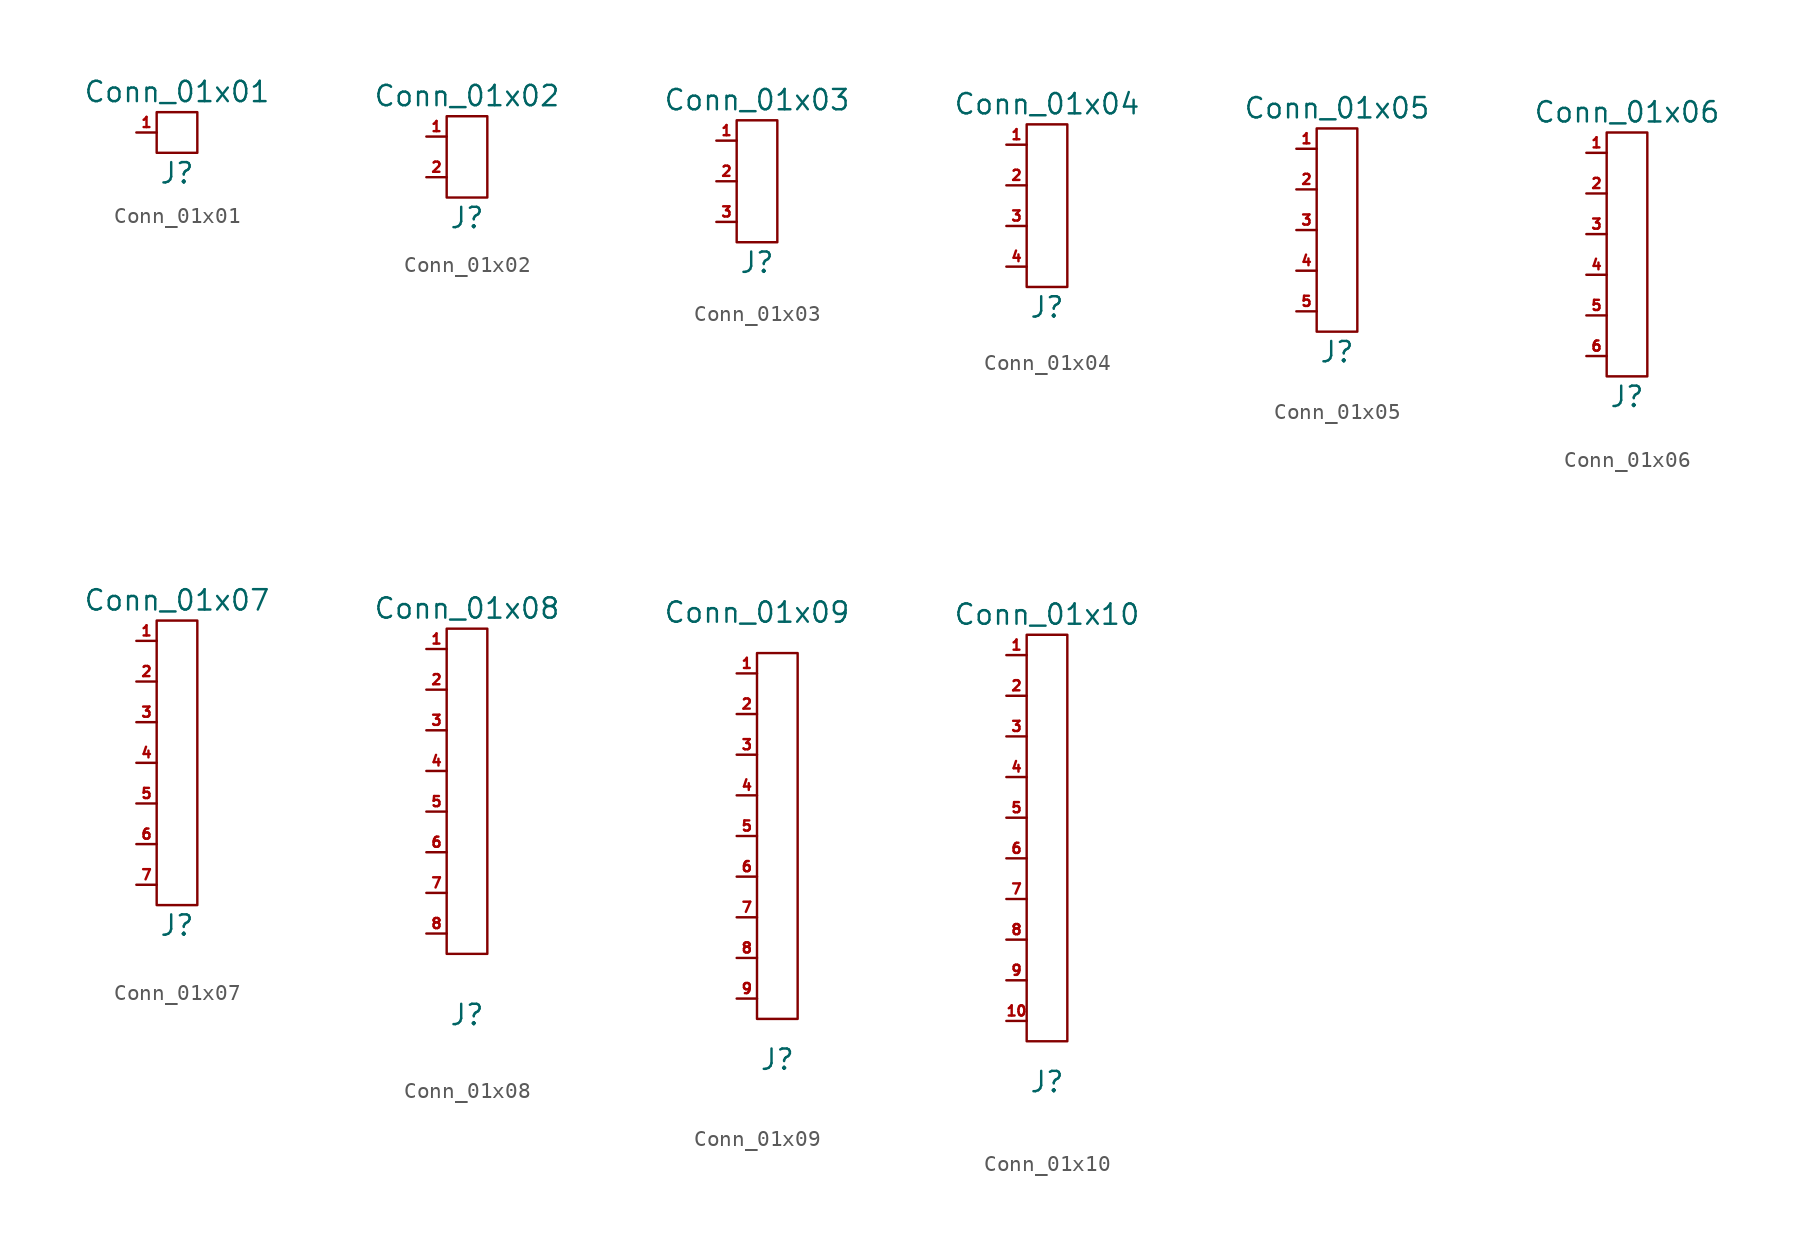
<source format=kicad_sym>
(kicad_symbol_lib
  (version 20220914)
  (generator kicad_symbol_editor)
  (symbol "Conn_01x01"
    (property "Reference" "J"
      (at 0 -2.54 0)
      (effects (font (size 1.27 1.27))))
    (property "Value" "Conn_01x01"
      (at 0 2.54 0)
      (effects (font (size 1.27 1.27))))
    (symbol "Conn_01x01_0_0"
      (pin passive line (at -2.54 0 0) (length 1.27) (name "" (effects (font (size 0.635 0.635)))) (number "1" (effects (font (size 0.635 0.635))))))
    (symbol "Conn_01x01_0_1"
      (rectangle (start -1.27 1.27) (end 1.27 -1.27) (stroke (width 0.152) (type default)) (fill (type none)))))
  (symbol "Conn_01x02"
    (property "Reference" "J"
      (at 0 -5.08 0)
      (effects (font (size 1.27 1.27))))
    (property "Value" "Conn_01x02"
      (at 0 2.54 0)
      (effects (font (size 1.27 1.27))))
    (symbol "Conn_01x02_0_0"
      (pin passive line (at -2.54 0 0) (length 1.27) (name "" (effects (font (size 0.635 0.635)))) (number "1" (effects (font (size 0.635 0.635)))))
      (pin passive line (at -2.54 -2.54 0) (length 1.27) (name "" (effects (font (size 0.635 0.635)))) (number "2" (effects (font (size 0.635 0.635))))))
    (symbol "Conn_01x02_0_1"
      (rectangle (start -1.27 1.27) (end 1.27 -3.81) (stroke (width 0.152) (type default)) (fill (type none)))))
  (symbol "Conn_01x03"
    (property "Reference" "J"
      (at 0 -5.08 0)
      (effects (font (size 1.27 1.27))))
    (property "Value" "Conn_01x03"
      (at 0 5.08 0)
      (effects (font (size 1.27 1.27))))
    (symbol "Conn_01x03_0_0"
      (pin passive line (at -2.54 2.54 0) (length 1.27) (name "" (effects (font (size 0.635 0.635)))) (number "1" (effects (font (size 0.635 0.635)))))
      (pin passive line (at -2.54 0 0) (length 1.27) (name "" (effects (font (size 0.635 0.635)))) (number "2" (effects (font (size 0.635 0.635)))))
      (pin passive line (at -2.54 -2.54 0) (length 1.27) (name "" (effects (font (size 0.635 0.635)))) (number "3" (effects (font (size 0.635 0.635))))))
    (symbol "Conn_01x03_0_1"
      (rectangle (start -1.27 3.81) (end 1.27 -3.81) (stroke (width 0.152) (type default)) (fill (type none)))))
  (symbol "Conn_01x04"
    (property "Reference" "J"
      (at 0 -7.62 0)
      (effects (font (size 1.27 1.27))))
    (property "Value" "Conn_01x04"
      (at 0 5.08 0)
      (effects (font (size 1.27 1.27))))
    (symbol "Conn_01x04_0_0"
      (pin passive line (at -2.54 2.54 0) (length 1.27) (name "" (effects (font (size 0.635 0.635)))) (number "1" (effects (font (size 0.635 0.635)))))
      (pin passive line (at -2.54 0 0) (length 1.27) (name "" (effects (font (size 0.635 0.635)))) (number "2" (effects (font (size 0.635 0.635)))))
      (pin passive line (at -2.54 -2.54 0) (length 1.27) (name "" (effects (font (size 0.635 0.635)))) (number "3" (effects (font (size 0.635 0.635)))))
      (pin passive line (at -2.54 -5.08 0) (length 1.27) (name "" (effects (font (size 0.635 0.635)))) (number "4" (effects (font (size 0.635 0.635))))))
    (symbol "Conn_01x04_0_1"
      (rectangle (start -1.27 3.81) (end 1.27 -6.35) (stroke (width 0.152) (type default)) (fill (type none)))))
  (symbol "Conn_01x05"
    (property "Reference" "J"
      (at 0 -7.62 0)
      (effects (font (size 1.27 1.27))))
    (property "Value" "Conn_01x05"
      (at 0 7.62 0)
      (effects (font (size 1.27 1.27))))
    (symbol "Conn_01x05_0_0"
      (pin passive line (at -2.54 5.08 0) (length 1.27) (name "" (effects (font (size 0.635 0.635)))) (number "1" (effects (font (size 0.635 0.635)))))
      (pin passive line (at -2.54 2.54 0) (length 1.27) (name "" (effects (font (size 0.635 0.635)))) (number "2" (effects (font (size 0.635 0.635)))))
      (pin passive line (at -2.54 0 0) (length 1.27) (name "" (effects (font (size 0.635 0.635)))) (number "3" (effects (font (size 0.635 0.635)))))
      (pin passive line (at -2.54 -2.54 0) (length 1.27) (name "" (effects (font (size 0.635 0.635)))) (number "4" (effects (font (size 0.635 0.635)))))
      (pin passive line (at -2.54 -5.08 0) (length 1.27) (name "" (effects (font (size 0.635 0.635)))) (number "5" (effects (font (size 0.635 0.635))))))
    (symbol "Conn_01x05_0_1"
      (rectangle (start -1.27 6.35) (end 1.27 -6.35) (stroke (width 0.152) (type default)) (fill (type none)))))
  (symbol "Conn_01x06"
    (property "Reference" "J"
      (at 0 -16.51 0)
      (effects (font (size 1.27 1.27))))
    (property "Value" "Conn_01x06"
      (at 0 1.27 0)
      (effects (font (size 1.27 1.27))))
    (symbol "Conn_01x06_0_0"
      (pin passive line (at -2.54 -1.27 0) (length 1.27) (name "" (effects (font (size 0.635 0.635)))) (number "1" (effects (font (size 0.635 0.635)))))
      (pin passive line (at -2.54 -3.81 0) (length 1.27) (name "" (effects (font (size 0.635 0.635)))) (number "2" (effects (font (size 0.635 0.635)))))
      (pin passive line (at -2.54 -6.35 0) (length 1.27) (name "" (effects (font (size 0.635 0.635)))) (number "3" (effects (font (size 0.635 0.635)))))
      (pin passive line (at -2.54 -8.89 0) (length 1.27) (name "" (effects (font (size 0.635 0.635)))) (number "4" (effects (font (size 0.635 0.635)))))
      (pin passive line (at -2.54 -11.43 0) (length 1.27) (name "" (effects (font (size 0.635 0.635)))) (number "5" (effects (font (size 0.635 0.635)))))
      (pin passive line (at -2.54 -13.97 0) (length 1.27) (name "" (effects (font (size 0.635 0.635)))) (number "6" (effects (font (size 0.635 0.635))))))
    (symbol "Conn_01x06_0_1"
      (rectangle (start -1.27 0) (end 1.27 -15.24) (stroke (width 0.152) (type default)) (fill (type none)))))
  (symbol "Conn_01x07"
    (property "Reference" "J"
      (at 0 -20.32 0)
      (effects (font (size 1.27 1.27))))
    (property "Value" "Conn_01x07"
      (at 0 0 0)
      (effects (font (size 1.27 1.27))))
    (symbol "Conn_01x07_0_0"
      (pin passive line (at -2.54 -2.54 0) (length 1.27) (name "" (effects (font (size 0.635 0.635)))) (number "1" (effects (font (size 0.635 0.635)))))
      (pin passive line (at -2.54 -5.08 0) (length 1.27) (name "" (effects (font (size 0.635 0.635)))) (number "2" (effects (font (size 0.635 0.635)))))
      (pin passive line (at -2.54 -7.62 0) (length 1.27) (name "" (effects (font (size 0.635 0.635)))) (number "3" (effects (font (size 0.635 0.635)))))
      (pin passive line (at -2.54 -10.16 0) (length 1.27) (name "" (effects (font (size 0.635 0.635)))) (number "4" (effects (font (size 0.635 0.635)))))
      (pin passive line (at -2.54 -12.7 0) (length 1.27) (name "" (effects (font (size 0.635 0.635)))) (number "5" (effects (font (size 0.635 0.635)))))
      (pin passive line (at -2.54 -15.24 0) (length 1.27) (name "" (effects (font (size 0.635 0.635)))) (number "6" (effects (font (size 0.635 0.635)))))
      (pin passive line (at -2.54 -17.78 0) (length 1.27) (name "" (effects (font (size 0.635 0.635)))) (number "7" (effects (font (size 0.635 0.635))))))
    (symbol "Conn_01x07_0_1"
      (rectangle (start -1.27 -1.27) (end 1.27 -19.05) (stroke (width 0.152) (type default)) (fill (type none)))))
  (symbol "Conn_01x08"
    (property "Reference" "J"
      (at 0 -25.4 0)
      (effects (font (size 1.27 1.27))))
    (property "Value" "Conn_01x08"
      (at 0 0 0)
      (effects (font (size 1.27 1.27))))
    (symbol "Conn_01x08_0_0"
      (pin passive line (at -2.54 -2.54 0) (length 1.27) (name "" (effects (font (size 0.635 0.635)))) (number "1" (effects (font (size 0.635 0.635)))))
      (pin passive line (at -2.54 -5.08 0) (length 1.27) (name "" (effects (font (size 0.635 0.635)))) (number "2" (effects (font (size 0.635 0.635)))))
      (pin passive line (at -2.54 -7.62 0) (length 1.27) (name "" (effects (font (size 0.635 0.635)))) (number "3" (effects (font (size 0.635 0.635)))))
      (pin passive line (at -2.54 -10.16 0) (length 1.27) (name "" (effects (font (size 0.635 0.635)))) (number "4" (effects (font (size 0.635 0.635)))))
      (pin passive line (at -2.54 -12.7 0) (length 1.27) (name "" (effects (font (size 0.635 0.635)))) (number "5" (effects (font (size 0.635 0.635)))))
      (pin passive line (at -2.54 -15.24 0) (length 1.27) (name "" (effects (font (size 0.635 0.635)))) (number "6" (effects (font (size 0.635 0.635)))))
      (pin passive line (at -2.54 -17.78 0) (length 1.27) (name "" (effects (font (size 0.635 0.635)))) (number "7" (effects (font (size 0.635 0.635)))))
      (pin passive line (at -2.54 -20.32 0) (length 1.27) (name "" (effects (font (size 0.635 0.635)))) (number "8" (effects (font (size 0.635 0.635))))))
    (symbol "Conn_01x08_0_1"
      (rectangle (start -1.27 -1.27) (end 1.27 -21.59) (stroke (width 0.152) (type default)) (fill (type none)))))
  (symbol "Conn_01x09"
    (property "Reference" "J"
      (at 1.27 -26.67 0)
      (effects (font (size 1.27 1.27))))
    (property "Value" "Conn_01x09"
      (at 0 1.27 0)
      (effects (font (size 1.27 1.27))))
    (symbol "Conn_01x09_0_0"
      (pin passive line (at -1.27 -2.54 0) (length 1.27) (name "" (effects (font (size 0.635 0.635)))) (number "1" (effects (font (size 0.635 0.635)))))
      (pin passive line (at -1.27 -5.08 0) (length 1.27) (name "" (effects (font (size 0.635 0.635)))) (number "2" (effects (font (size 0.635 0.635)))))
      (pin passive line (at -1.27 -7.62 0) (length 1.27) (name "" (effects (font (size 0.635 0.635)))) (number "3" (effects (font (size 0.635 0.635)))))
      (pin passive line (at -1.27 -10.16 0) (length 1.27) (name "" (effects (font (size 0.635 0.635)))) (number "4" (effects (font (size 0.635 0.635)))))
      (pin passive line (at -1.27 -12.7 0) (length 1.27) (name "" (effects (font (size 0.635 0.635)))) (number "5" (effects (font (size 0.635 0.635)))))
      (pin passive line (at -1.27 -15.24 0) (length 1.27) (name "" (effects (font (size 0.635 0.635)))) (number "6" (effects (font (size 0.635 0.635)))))
      (pin passive line (at -1.27 -17.78 0) (length 1.27) (name "" (effects (font (size 0.635 0.635)))) (number "7" (effects (font (size 0.635 0.635)))))
      (pin passive line (at -1.27 -20.32 0) (length 1.27) (name "" (effects (font (size 0.635 0.635)))) (number "8" (effects (font (size 0.635 0.635)))))
      (pin passive line (at -1.27 -22.86 0) (length 1.27) (name "" (effects (font (size 0.635 0.635)))) (number "9" (effects (font (size 0.635 0.635))))))
    (symbol "Conn_01x09_0_1"
      (rectangle (start 0 -1.27) (end 2.54 -24.13) (stroke (width 0.152) (type default)) (fill (type none)))))
  (symbol "Conn_01x10"
    (property "Reference" "J"
      (at 0 -29.21 0)
      (effects (font (size 1.27 1.27))))
    (property "Value" "Conn_01x10"
      (at 0 0 0)
      (effects (font (size 1.27 1.27))))
    (symbol "Conn_01x10_0_0"
      (pin passive line (at -2.54 -2.54 0) (length 1.27) (name "" (effects (font (size 0.635 0.635)))) (number "1" (effects (font (size 0.635 0.635)))))
      (pin passive line (at -2.54 -25.4 0) (length 1.27) (name "" (effects (font (size 0.635 0.635)))) (number "10" (effects (font (size 0.635 0.635)))))
      (pin passive line (at -2.54 -5.08 0) (length 1.27) (name "" (effects (font (size 0.635 0.635)))) (number "2" (effects (font (size 0.635 0.635)))))
      (pin passive line (at -2.54 -7.62 0) (length 1.27) (name "" (effects (font (size 0.635 0.635)))) (number "3" (effects (font (size 0.635 0.635)))))
      (pin passive line (at -2.54 -10.16 0) (length 1.27) (name "" (effects (font (size 0.635 0.635)))) (number "4" (effects (font (size 0.635 0.635)))))
      (pin passive line (at -2.54 -12.7 0) (length 1.27) (name "" (effects (font (size 0.635 0.635)))) (number "5" (effects (font (size 0.635 0.635)))))
      (pin passive line (at -2.54 -15.24 0) (length 1.27) (name "" (effects (font (size 0.635 0.635)))) (number "6" (effects (font (size 0.635 0.635)))))
      (pin passive line (at -2.54 -17.78 0) (length 1.27) (name "" (effects (font (size 0.635 0.635)))) (number "7" (effects (font (size 0.635 0.635)))))
      (pin passive line (at -2.54 -20.32 0) (length 1.27) (name "" (effects (font (size 0.635 0.635)))) (number "8" (effects (font (size 0.635 0.635)))))
      (pin passive line (at -2.54 -22.86 0) (length 1.27) (name "" (effects (font (size 0.635 0.635)))) (number "9" (effects (font (size 0.635 0.635))))))
    (symbol "Conn_01x10_0_1"
      (rectangle (start -1.27 -1.27) (end 1.27 -26.67) (stroke (width 0.152) (type default)) (fill (type none))))))
</source>
